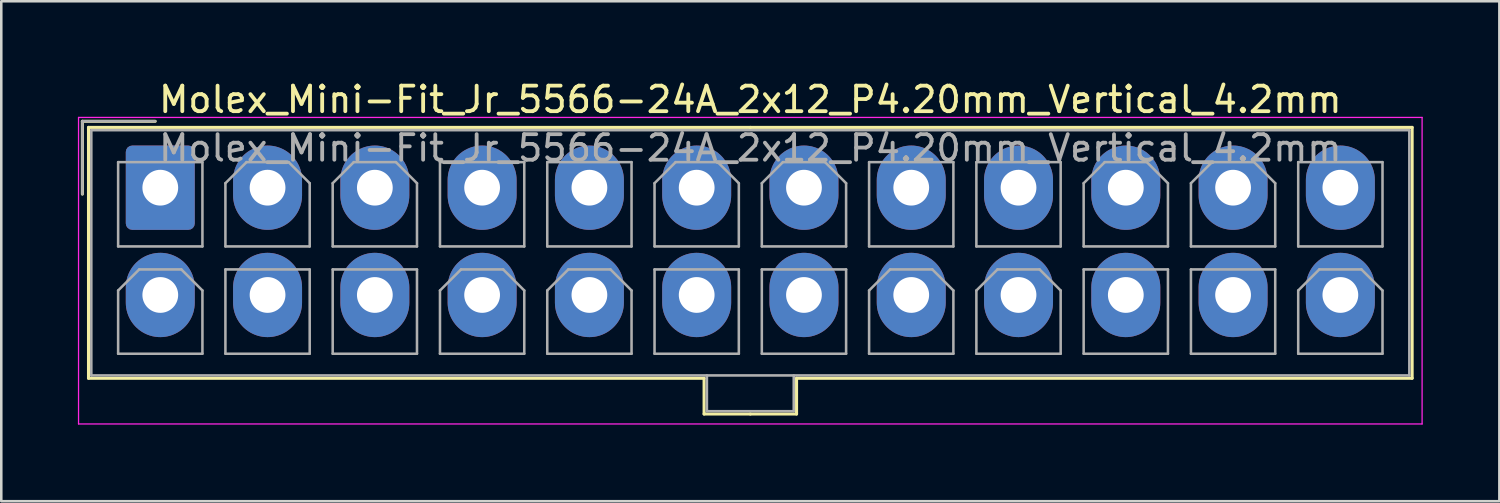
<source format=kicad_pcb>
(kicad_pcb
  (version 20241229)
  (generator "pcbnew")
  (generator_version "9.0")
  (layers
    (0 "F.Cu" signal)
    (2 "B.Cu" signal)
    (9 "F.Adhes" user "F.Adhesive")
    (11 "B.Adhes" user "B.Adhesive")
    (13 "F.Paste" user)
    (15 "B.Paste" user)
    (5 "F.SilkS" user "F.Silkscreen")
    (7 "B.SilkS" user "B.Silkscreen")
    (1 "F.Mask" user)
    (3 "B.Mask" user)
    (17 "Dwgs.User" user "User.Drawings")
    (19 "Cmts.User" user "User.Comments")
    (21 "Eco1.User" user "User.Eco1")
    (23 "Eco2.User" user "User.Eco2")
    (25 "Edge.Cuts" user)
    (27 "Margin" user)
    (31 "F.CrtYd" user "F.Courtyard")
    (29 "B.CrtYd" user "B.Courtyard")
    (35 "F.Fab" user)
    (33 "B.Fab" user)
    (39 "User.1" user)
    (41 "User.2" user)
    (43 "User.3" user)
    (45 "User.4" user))
  (footprint "Molex_Mini-Fit_Jr_5566-24A_2x12_P4.20mm_Vertical_4.2mm"
    (layer "F.Cu")
    (at 3.225 4.298)
    (property "Reference" "Molex_Mini-Fit_Jr_5566-24A_2x12_P4.20mm_Vertical_4.2mm" (at 23.1 -3.45 0) (layer "F.SilkS") (effects (font (size 1 1) (thickness 0.15))))
    (attr through_hole)
    (fp_line (start -3.05 -2.6) (end -3.05 0.25) (stroke (width 0.12) (type solid)) (layer "F.SilkS"))
    (fp_line (start -2.81 -2.36) (end -2.81 7.46) (stroke (width 0.12) (type solid)) (layer "F.SilkS"))
    (fp_line (start -2.81 7.46) (end 21.29 7.46) (stroke (width 0.12) (type solid)) (layer "F.SilkS"))
    (fp_line (start -0.2 -2.6) (end -3.05 -2.6) (stroke (width 0.12) (type solid)) (layer "F.SilkS"))
    (fp_line (start 21.29 7.46) (end 21.29 8.86) (stroke (width 0.12) (type solid)) (layer "F.SilkS"))
    (fp_line (start 21.29 8.86) (end 23.1 8.86) (stroke (width 0.12) (type solid)) (layer "F.SilkS"))
    (fp_line (start 23.1 -2.36) (end -2.81 -2.36) (stroke (width 0.12) (type solid)) (layer "F.SilkS"))
    (fp_line (start 23.1 -2.36) (end 49.01 -2.36) (stroke (width 0.12) (type solid)) (layer "F.SilkS"))
    (fp_line (start 24.91 7.46) (end 24.91 8.86) (stroke (width 0.12) (type solid)) (layer "F.SilkS"))
    (fp_line (start 24.91 8.86) (end 23.1 8.86) (stroke (width 0.12) (type solid)) (layer "F.SilkS"))
    (fp_line (start 49.01 -2.36) (end 49.01 7.46) (stroke (width 0.12) (type solid)) (layer "F.SilkS"))
    (fp_line (start 49.01 7.46) (end 24.91 7.46) (stroke (width 0.12) (type solid)) (layer "F.SilkS"))
    (fp_line (start -3.2 -2.75) (end -3.2 9.25) (stroke (width 0.05) (type solid)) (layer "F.CrtYd"))
    (fp_line (start -3.2 9.25) (end 49.4 9.25) (stroke (width 0.05) (type solid)) (layer "F.CrtYd"))
    (fp_line (start 49.4 -2.75) (end -3.2 -2.75) (stroke (width 0.05) (type solid)) (layer "F.CrtYd"))
    (fp_line (start 49.4 9.25) (end 49.4 -2.75) (stroke (width 0.05) (type solid)) (layer "F.CrtYd"))
    (fp_line (start -3.05 -2.6) (end -3.05 0.25) (stroke (width 0.1) (type solid)) (layer "F.Fab"))
    (fp_line (start -2.7 -2.25) (end -2.7 7.35) (stroke (width 0.1) (type solid)) (layer "F.Fab"))
    (fp_line (start -2.7 7.35) (end 48.9 7.35) (stroke (width 0.1) (type solid)) (layer "F.Fab"))
    (fp_line (start -1.65 -1) (end -1.65 2.3) (stroke (width 0.1) (type solid)) (layer "F.Fab"))
    (fp_line (start -1.65 2.3) (end 1.65 2.3) (stroke (width 0.1) (type solid)) (layer "F.Fab"))
    (fp_line (start -1.65 4.025) (end -0.825 3.2) (stroke (width 0.1) (type solid)) (layer "F.Fab"))
    (fp_line (start -1.65 6.5) (end -1.65 4.025) (stroke (width 0.1) (type solid)) (layer "F.Fab"))
    (fp_line (start -0.825 3.2) (end 0.825 3.2) (stroke (width 0.1) (type solid)) (layer "F.Fab"))
    (fp_line (start -0.2 -2.6) (end -3.05 -2.6) (stroke (width 0.1) (type solid)) (layer "F.Fab"))
    (fp_line (start 0.825 3.2) (end 1.65 4.025) (stroke (width 0.1) (type solid)) (layer "F.Fab"))
    (fp_line (start 1.65 -1) (end -1.65 -1) (stroke (width 0.1) (type solid)) (layer "F.Fab"))
    (fp_line (start 1.65 2.3) (end 1.65 -1) (stroke (width 0.1) (type solid)) (layer "F.Fab"))
    (fp_line (start 1.65 4.025) (end 1.65 6.5) (stroke (width 0.1) (type solid)) (layer "F.Fab"))
    (fp_line (start 1.65 6.5) (end -1.65 6.5) (stroke (width 0.1) (type solid)) (layer "F.Fab"))
    (fp_line (start 2.55 -0.175) (end 3.375 -1) (stroke (width 0.1) (type solid)) (layer "F.Fab"))
    (fp_line (start 2.55 2.3) (end 2.55 -0.175) (stroke (width 0.1) (type solid)) (layer "F.Fab"))
    (fp_line (start 2.55 3.2) (end 2.55 6.5) (stroke (width 0.1) (type solid)) (layer "F.Fab"))
    (fp_line (start 2.55 6.5) (end 5.85 6.5) (stroke (width 0.1) (type solid)) (layer "F.Fab"))
    (fp_line (start 3.375 -1) (end 5.025 -1) (stroke (width 0.1) (type solid)) (layer "F.Fab"))
    (fp_line (start 5.025 -1) (end 5.85 -0.175) (stroke (width 0.1) (type solid)) (layer "F.Fab"))
    (fp_line (start 5.85 -0.175) (end 5.85 2.3) (stroke (width 0.1) (type solid)) (layer "F.Fab"))
    (fp_line (start 5.85 2.3) (end 2.55 2.3) (stroke (width 0.1) (type solid)) (layer "F.Fab"))
    (fp_line (start 5.85 3.2) (end 2.55 3.2) (stroke (width 0.1) (type solid)) (layer "F.Fab"))
    (fp_line (start 5.85 6.5) (end 5.85 3.2) (stroke (width 0.1) (type solid)) (layer "F.Fab"))
    (fp_line (start 6.75 -0.175) (end 7.575 -1) (stroke (width 0.1) (type solid)) (layer "F.Fab"))
    (fp_line (start 6.75 2.3) (end 6.75 -0.175) (stroke (width 0.1) (type solid)) (layer "F.Fab"))
    (fp_line (start 6.75 3.2) (end 6.75 6.5) (stroke (width 0.1) (type solid)) (layer "F.Fab"))
    (fp_line (start 6.75 6.5) (end 10.05 6.5) (stroke (width 0.1) (type solid)) (layer "F.Fab"))
    (fp_line (start 7.575 -1) (end 9.225 -1) (stroke (width 0.1) (type solid)) (layer "F.Fab"))
    (fp_line (start 9.225 -1) (end 10.05 -0.175) (stroke (width 0.1) (type solid)) (layer "F.Fab"))
    (fp_line (start 10.05 -0.175) (end 10.05 2.3) (stroke (width 0.1) (type solid)) (layer "F.Fab"))
    (fp_line (start 10.05 2.3) (end 6.75 2.3) (stroke (width 0.1) (type solid)) (layer "F.Fab"))
    (fp_line (start 10.05 3.2) (end 6.75 3.2) (stroke (width 0.1) (type solid)) (layer "F.Fab"))
    (fp_line (start 10.05 6.5) (end 10.05 3.2) (stroke (width 0.1) (type solid)) (layer "F.Fab"))
    (fp_line (start 10.95 -1) (end 10.95 2.3) (stroke (width 0.1) (type solid)) (layer "F.Fab"))
    (fp_line (start 10.95 2.3) (end 14.25 2.3) (stroke (width 0.1) (type solid)) (layer "F.Fab"))
    (fp_line (start 10.95 4.025) (end 11.775 3.2) (stroke (width 0.1) (type solid)) (layer "F.Fab"))
    (fp_line (start 10.95 6.5) (end 10.95 4.025) (stroke (width 0.1) (type solid)) (layer "F.Fab"))
    (fp_line (start 11.775 3.2) (end 13.425 3.2) (stroke (width 0.1) (type solid)) (layer "F.Fab"))
    (fp_line (start 13.425 3.2) (end 14.25 4.025) (stroke (width 0.1) (type solid)) (layer "F.Fab"))
    (fp_line (start 14.25 -1) (end 10.95 -1) (stroke (width 0.1) (type solid)) (layer "F.Fab"))
    (fp_line (start 14.25 2.3) (end 14.25 -1) (stroke (width 0.1) (type solid)) (layer "F.Fab"))
    (fp_line (start 14.25 4.025) (end 14.25 6.5) (stroke (width 0.1) (type solid)) (layer "F.Fab"))
    (fp_line (start 14.25 6.5) (end 10.95 6.5) (stroke (width 0.1) (type solid)) (layer "F.Fab"))
    (fp_line (start 15.15 -1) (end 15.15 2.3) (stroke (width 0.1) (type solid)) (layer "F.Fab"))
    (fp_line (start 15.15 2.3) (end 18.45 2.3) (stroke (width 0.1) (type solid)) (layer "F.Fab"))
    (fp_line (start 15.15 4.025) (end 15.975 3.2) (stroke (width 0.1) (type solid)) (layer "F.Fab"))
    (fp_line (start 15.15 6.5) (end 15.15 4.025) (stroke (width 0.1) (type solid)) (layer "F.Fab"))
    (fp_line (start 15.975 3.2) (end 17.625 3.2) (stroke (width 0.1) (type solid)) (layer "F.Fab"))
    (fp_line (start 17.625 3.2) (end 18.45 4.025) (stroke (width 0.1) (type solid)) (layer "F.Fab"))
    (fp_line (start 18.45 -1) (end 15.15 -1) (stroke (width 0.1) (type solid)) (layer "F.Fab"))
    (fp_line (start 18.45 2.3) (end 18.45 -1) (stroke (width 0.1) (type solid)) (layer "F.Fab"))
    (fp_line (start 18.45 4.025) (end 18.45 6.5) (stroke (width 0.1) (type solid)) (layer "F.Fab"))
    (fp_line (start 18.45 6.5) (end 15.15 6.5) (stroke (width 0.1) (type solid)) (layer "F.Fab"))
    (fp_line (start 19.35 -0.175) (end 20.175 -1) (stroke (width 0.1) (type solid)) (layer "F.Fab"))
    (fp_line (start 19.35 2.3) (end 19.35 -0.175) (stroke (width 0.1) (type solid)) (layer "F.Fab"))
    (fp_line (start 19.35 3.2) (end 19.35 6.5) (stroke (width 0.1) (type solid)) (layer "F.Fab"))
    (fp_line (start 19.35 6.5) (end 22.65 6.5) (stroke (width 0.1) (type solid)) (layer "F.Fab"))
    (fp_line (start 20.175 -1) (end 21.825 -1) (stroke (width 0.1) (type solid)) (layer "F.Fab"))
    (fp_line (start 21.4 7.35) (end 21.4 8.75) (stroke (width 0.1) (type solid)) (layer "F.Fab"))
    (fp_line (start 21.4 8.75) (end 24.8 8.75) (stroke (width 0.1) (type solid)) (layer "F.Fab"))
    (fp_line (start 21.825 -1) (end 22.65 -0.175) (stroke (width 0.1) (type solid)) (layer "F.Fab"))
    (fp_line (start 22.65 -0.175) (end 22.65 2.3) (stroke (width 0.1) (type solid)) (layer "F.Fab"))
    (fp_line (start 22.65 2.3) (end 19.35 2.3) (stroke (width 0.1) (type solid)) (layer "F.Fab"))
    (fp_line (start 22.65 3.2) (end 19.35 3.2) (stroke (width 0.1) (type solid)) (layer "F.Fab"))
    (fp_line (start 22.65 6.5) (end 22.65 3.2) (stroke (width 0.1) (type solid)) (layer "F.Fab"))
    (fp_line (start 23.55 -0.175) (end 24.375 -1) (stroke (width 0.1) (type solid)) (layer "F.Fab"))
    (fp_line (start 23.55 2.3) (end 23.55 -0.175) (stroke (width 0.1) (type solid)) (layer "F.Fab"))
    (fp_line (start 23.55 3.2) (end 23.55 6.5) (stroke (width 0.1) (type solid)) (layer "F.Fab"))
    (fp_line (start 23.55 6.5) (end 26.85 6.5) (stroke (width 0.1) (type solid)) (layer "F.Fab"))
    (fp_line (start 24.375 -1) (end 26.025 -1) (stroke (width 0.1) (type solid)) (layer "F.Fab"))
    (fp_line (start 24.8 8.75) (end 24.8 7.35) (stroke (width 0.1) (type solid)) (layer "F.Fab"))
    (fp_line (start 26.025 -1) (end 26.85 -0.175) (stroke (width 0.1) (type solid)) (layer "F.Fab"))
    (fp_line (start 26.85 -0.175) (end 26.85 2.3) (stroke (width 0.1) (type solid)) (layer "F.Fab"))
    (fp_line (start 26.85 2.3) (end 23.55 2.3) (stroke (width 0.1) (type solid)) (layer "F.Fab"))
    (fp_line (start 26.85 3.2) (end 23.55 3.2) (stroke (width 0.1) (type solid)) (layer "F.Fab"))
    (fp_line (start 26.85 6.5) (end 26.85 3.2) (stroke (width 0.1) (type solid)) (layer "F.Fab"))
    (fp_line (start 27.75 -1) (end 27.75 2.3) (stroke (width 0.1) (type solid)) (layer "F.Fab"))
    (fp_line (start 27.75 2.3) (end 31.05 2.3) (stroke (width 0.1) (type solid)) (layer "F.Fab"))
    (fp_line (start 27.75 4.025) (end 28.575 3.2) (stroke (width 0.1) (type solid)) (layer "F.Fab"))
    (fp_line (start 27.75 6.5) (end 27.75 4.025) (stroke (width 0.1) (type solid)) (layer "F.Fab"))
    (fp_line (start 28.575 3.2) (end 30.225 3.2) (stroke (width 0.1) (type solid)) (layer "F.Fab"))
    (fp_line (start 30.225 3.2) (end 31.05 4.025) (stroke (width 0.1) (type solid)) (layer "F.Fab"))
    (fp_line (start 31.05 -1) (end 27.75 -1) (stroke (width 0.1) (type solid)) (layer "F.Fab"))
    (fp_line (start 31.05 2.3) (end 31.05 -1) (stroke (width 0.1) (type solid)) (layer "F.Fab"))
    (fp_line (start 31.05 4.025) (end 31.05 6.5) (stroke (width 0.1) (type solid)) (layer "F.Fab"))
    (fp_line (start 31.05 6.5) (end 27.75 6.5) (stroke (width 0.1) (type solid)) (layer "F.Fab"))
    (fp_line (start 31.95 -1) (end 31.95 2.3) (stroke (width 0.1) (type solid)) (layer "F.Fab"))
    (fp_line (start 31.95 2.3) (end 35.25 2.3) (stroke (width 0.1) (type solid)) (layer "F.Fab"))
    (fp_line (start 31.95 4.025) (end 32.775 3.2) (stroke (width 0.1) (type solid)) (layer "F.Fab"))
    (fp_line (start 31.95 6.5) (end 31.95 4.025) (stroke (width 0.1) (type solid)) (layer "F.Fab"))
    (fp_line (start 32.775 3.2) (end 34.425 3.2) (stroke (width 0.1) (type solid)) (layer "F.Fab"))
    (fp_line (start 34.425 3.2) (end 35.25 4.025) (stroke (width 0.1) (type solid)) (layer "F.Fab"))
    (fp_line (start 35.25 -1) (end 31.95 -1) (stroke (width 0.1) (type solid)) (layer "F.Fab"))
    (fp_line (start 35.25 2.3) (end 35.25 -1) (stroke (width 0.1) (type solid)) (layer "F.Fab"))
    (fp_line (start 35.25 4.025) (end 35.25 6.5) (stroke (width 0.1) (type solid)) (layer "F.Fab"))
    (fp_line (start 35.25 6.5) (end 31.95 6.5) (stroke (width 0.1) (type solid)) (layer "F.Fab"))
    (fp_line (start 36.15 -0.175) (end 36.975 -1) (stroke (width 0.1) (type solid)) (layer "F.Fab"))
    (fp_line (start 36.15 2.3) (end 36.15 -0.175) (stroke (width 0.1) (type solid)) (layer "F.Fab"))
    (fp_line (start 36.15 3.2) (end 36.15 6.5) (stroke (width 0.1) (type solid)) (layer "F.Fab"))
    (fp_line (start 36.15 6.5) (end 39.45 6.5) (stroke (width 0.1) (type solid)) (layer "F.Fab"))
    (fp_line (start 36.975 -1) (end 38.625 -1) (stroke (width 0.1) (type solid)) (layer "F.Fab"))
    (fp_line (start 38.625 -1) (end 39.45 -0.175) (stroke (width 0.1) (type solid)) (layer "F.Fab"))
    (fp_line (start 39.45 -0.175) (end 39.45 2.3) (stroke (width 0.1) (type solid)) (layer "F.Fab"))
    (fp_line (start 39.45 2.3) (end 36.15 2.3) (stroke (width 0.1) (type solid)) (layer "F.Fab"))
    (fp_line (start 39.45 3.2) (end 36.15 3.2) (stroke (width 0.1) (type solid)) (layer "F.Fab"))
    (fp_line (start 39.45 6.5) (end 39.45 3.2) (stroke (width 0.1) (type solid)) (layer "F.Fab"))
    (fp_line (start 40.35 -0.175) (end 41.175 -1) (stroke (width 0.1) (type solid)) (layer "F.Fab"))
    (fp_line (start 40.35 2.3) (end 40.35 -0.175) (stroke (width 0.1) (type solid)) (layer "F.Fab"))
    (fp_line (start 40.35 3.2) (end 40.35 6.5) (stroke (width 0.1) (type solid)) (layer "F.Fab"))
    (fp_line (start 40.35 6.5) (end 43.65 6.5) (stroke (width 0.1) (type solid)) (layer "F.Fab"))
    (fp_line (start 41.175 -1) (end 42.825 -1) (stroke (width 0.1) (type solid)) (layer "F.Fab"))
    (fp_line (start 42.825 -1) (end 43.65 -0.175) (stroke (width 0.1) (type solid)) (layer "F.Fab"))
    (fp_line (start 43.65 -0.175) (end 43.65 2.3) (stroke (width 0.1) (type solid)) (layer "F.Fab"))
    (fp_line (start 43.65 2.3) (end 40.35 2.3) (stroke (width 0.1) (type solid)) (layer "F.Fab"))
    (fp_line (start 43.65 3.2) (end 40.35 3.2) (stroke (width 0.1) (type solid)) (layer "F.Fab"))
    (fp_line (start 43.65 6.5) (end 43.65 3.2) (stroke (width 0.1) (type solid)) (layer "F.Fab"))
    (fp_line (start 44.55 -1) (end 44.55 2.3) (stroke (width 0.1) (type solid)) (layer "F.Fab"))
    (fp_line (start 44.55 2.3) (end 47.85 2.3) (stroke (width 0.1) (type solid)) (layer "F.Fab"))
    (fp_line (start 44.55 4.025) (end 45.375 3.2) (stroke (width 0.1) (type solid)) (layer "F.Fab"))
    (fp_line (start 44.55 6.5) (end 44.55 4.025) (stroke (width 0.1) (type solid)) (layer "F.Fab"))
    (fp_line (start 45.375 3.2) (end 47.025 3.2) (stroke (width 0.1) (type solid)) (layer "F.Fab"))
    (fp_line (start 47.025 3.2) (end 47.85 4.025) (stroke (width 0.1) (type solid)) (layer "F.Fab"))
    (fp_line (start 47.85 -1) (end 44.55 -1) (stroke (width 0.1) (type solid)) (layer "F.Fab"))
    (fp_line (start 47.85 2.3) (end 47.85 -1) (stroke (width 0.1) (type solid)) (layer "F.Fab"))
    (fp_line (start 47.85 4.025) (end 47.85 6.5) (stroke (width 0.1) (type solid)) (layer "F.Fab"))
    (fp_line (start 47.85 6.5) (end 44.55 6.5) (stroke (width 0.1) (type solid)) (layer "F.Fab"))
    (fp_line (start 48.9 -2.25) (end -2.7 -2.25) (stroke (width 0.1) (type solid)) (layer "F.Fab"))
    (fp_line (start 48.9 7.35) (end 48.9 -2.25) (stroke (width 0.1) (type solid)) (layer "F.Fab"))
    (fp_text user "${REFERENCE}" (at 23.1 -1.55 0) (layer "F.Fab") (effects (font (size 1 1) (thickness 0.15))))
    (pad "1" thru_hole roundrect (at 0 0) (size 2.7 3.3) (drill 1.4) (layers "*.Cu" "*.Mask") (roundrect_rratio 0.093))
    (pad "2" thru_hole oval (at 4.2 0) (size 2.7 3.3) (drill 1.4) (layers "*.Cu" "*.Mask"))
    (pad "3" thru_hole oval (at 8.4 0) (size 2.7 3.3) (drill 1.4) (layers "*.Cu" "*.Mask"))
    (pad "4" thru_hole oval (at 12.6 0) (size 2.7 3.3) (drill 1.4) (layers "*.Cu" "*.Mask"))
    (pad "5" thru_hole oval (at 16.8 0) (size 2.7 3.3) (drill 1.4) (layers "*.Cu" "*.Mask"))
    (pad "6" thru_hole oval (at 21 0) (size 2.7 3.3) (drill 1.4) (layers "*.Cu" "*.Mask"))
    (pad "7" thru_hole oval (at 25.2 0) (size 2.7 3.3) (drill 1.4) (layers "*.Cu" "*.Mask"))
    (pad "8" thru_hole oval (at 29.4 0) (size 2.7 3.3) (drill 1.4) (layers "*.Cu" "*.Mask"))
    (pad "9" thru_hole oval (at 33.6 0) (size 2.7 3.3) (drill 1.4) (layers "*.Cu" "*.Mask"))
    (pad "10" thru_hole oval (at 37.8 0) (size 2.7 3.3) (drill 1.4) (layers "*.Cu" "*.Mask"))
    (pad "11" thru_hole oval (at 42 0) (size 2.7 3.3) (drill 1.4) (layers "*.Cu" "*.Mask"))
    (pad "12" thru_hole oval (at 46.2 0) (size 2.7 3.3) (drill 1.4) (layers "*.Cu" "*.Mask"))
    (pad "13" thru_hole oval (at 0 4.2) (size 2.7 3.3) (drill 1.4) (layers "*.Cu" "*.Mask"))
    (pad "14" thru_hole oval (at 4.2 4.2) (size 2.7 3.3) (drill 1.4) (layers "*.Cu" "*.Mask"))
    (pad "15" thru_hole oval (at 8.4 4.2) (size 2.7 3.3) (drill 1.4) (layers "*.Cu" "*.Mask"))
    (pad "16" thru_hole oval (at 12.6 4.2) (size 2.7 3.3) (drill 1.4) (layers "*.Cu" "*.Mask"))
    (pad "17" thru_hole oval (at 16.8 4.2) (size 2.7 3.3) (drill 1.4) (layers "*.Cu" "*.Mask"))
    (pad "18" thru_hole oval (at 21 4.2) (size 2.7 3.3) (drill 1.4) (layers "*.Cu" "*.Mask"))
    (pad "19" thru_hole oval (at 25.2 4.2) (size 2.7 3.3) (drill 1.4) (layers "*.Cu" "*.Mask"))
    (pad "20" thru_hole oval (at 29.4 4.2) (size 2.7 3.3) (drill 1.4) (layers "*.Cu" "*.Mask"))
    (pad "21" thru_hole oval (at 33.6 4.2) (size 2.7 3.3) (drill 1.4) (layers "*.Cu" "*.Mask"))
    (pad "22" thru_hole oval (at 37.8 4.2) (size 2.7 3.3) (drill 1.4) (layers "*.Cu" "*.Mask"))
    (pad "23" thru_hole oval (at 42 4.2) (size 2.7 3.3) (drill 1.4) (layers "*.Cu" "*.Mask"))
    (pad "24" thru_hole oval (at 46.2 4.2) (size 2.7 3.3) (drill 1.4) (layers "*.Cu" "*.Mask")))
  (gr_rect
    (start -3 -3)
    (end 55.65 16.573)
    (stroke (width 0.1) (type default))
    (fill no)
    (layer "Edge.Cuts")))
</source>
